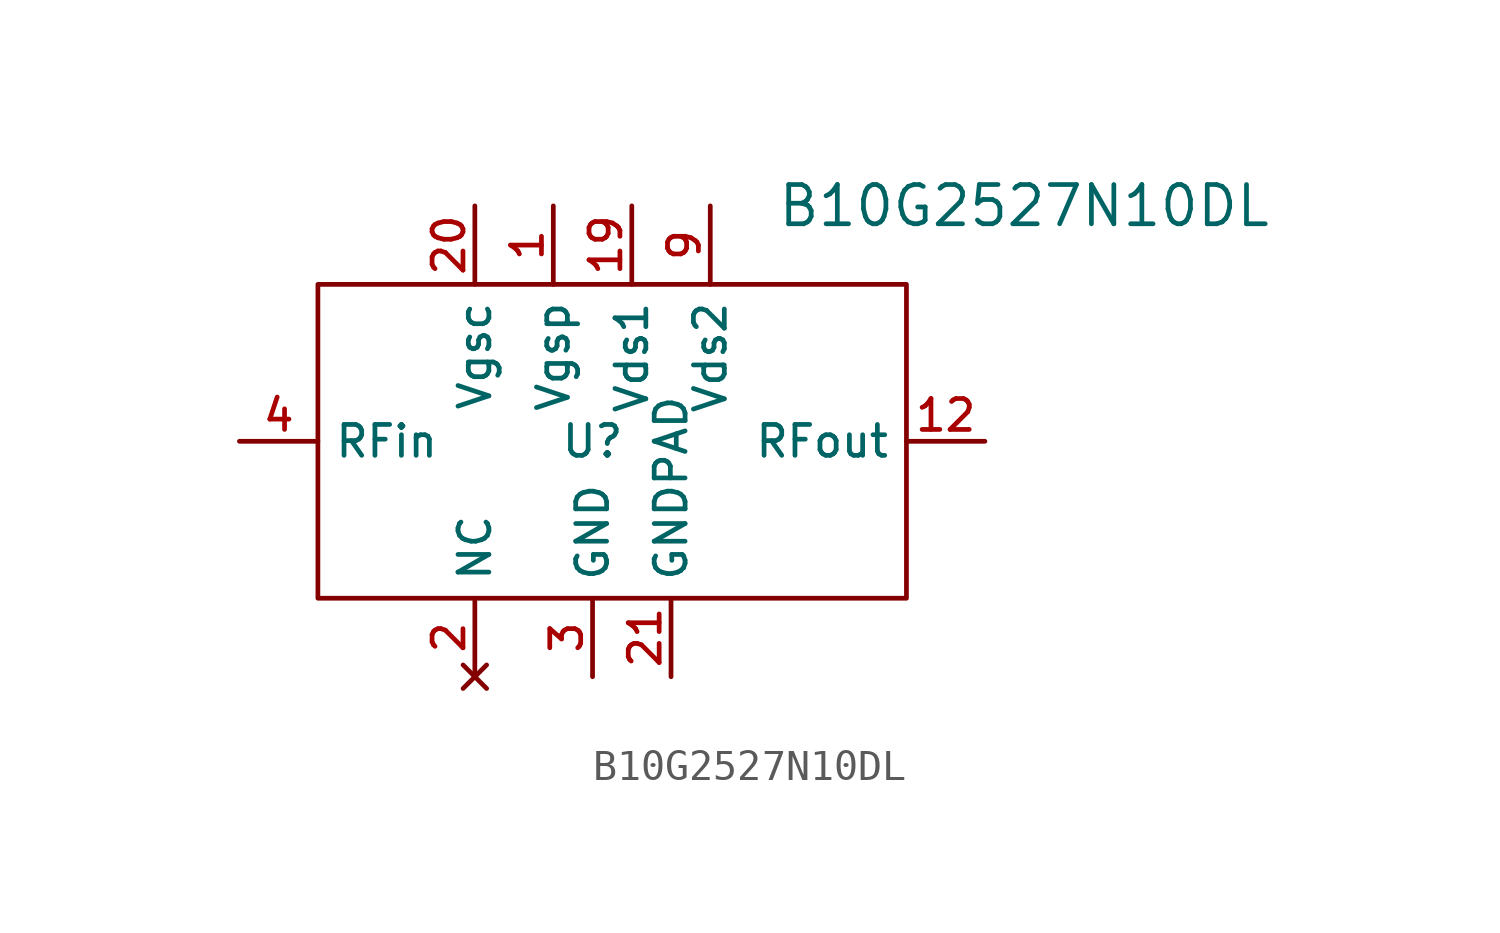
<source format=kicad_sym>
(kicad_symbol_lib
  (version 20241209)
  (generator "kicad_symbol_editor")
  (generator_version "9.0")
  (symbol "B10G2527N10DL"
    (property "Reference" "U"
      (at 0 0 0)
      (effects (font (size 1 1))))
    (property "Value" "B10G2527N10DL"
      (at 13.97 7.62 0)
      (effects (font (size 1.27 1.27))))
    (symbol "B10G2527N10DL_0_1"
      (rectangle (start -8.89 5.08) (end 10.16 -5.08) (stroke (width 0) (type default)) (fill (type none))))
    (symbol "B10G2527N10DL_1_1"
      (pin input line (at -11.43 0 0) (length 2.54) (name "RFin" (effects (font (size 1 1)))) (number "4" (effects (font (size 1 1)))))
      (pin input line (at -3.81 7.62 270) (length 2.54) (name "Vgsc" (effects (font (size 1 1)))) (number "20" (effects (font (size 1 1)))))
      (pin no_connect line (at -3.81 -7.62 90) (length 2.54) (hide yes) (name "NC" (effects (font (size 1 1)))) (number "14" (effects (font (size 1 1)))))
      (pin no_connect line (at -3.81 -7.62 90) (length 2.54) (hide yes) (name "NC" (effects (font (size 1 1)))) (number "15" (effects (font (size 1 1)))))
      (pin no_connect line (at -3.81 -7.62 90) (length 2.54) (hide yes) (name "NC" (effects (font (size 1 1)))) (number "17" (effects (font (size 1 1)))))
      (pin no_connect line (at -3.81 -7.62 90) (length 2.54) (name "NC" (effects (font (size 1 1)))) (number "2" (effects (font (size 1 1)))))
      (pin no_connect line (at -3.81 -7.62 90) (length 2.54) (hide yes) (name "NC" (effects (font (size 1 1)))) (number "8" (effects (font (size 1 1)))))
      (pin input line (at -1.27 7.62 270) (length 2.54) (name "Vgsp" (effects (font (size 1 1)))) (number "1" (effects (font (size 1 1)))))
      (pin power_in line (at 0 -7.62 90) (length 2.54) (hide yes) (name "GND" (effects (font (size 1 1)))) (number "10" (effects (font (size 1 1)))))
      (pin power_in line (at 0 -7.62 90) (length 2.54) (hide yes) (name "GND" (effects (font (size 1 1)))) (number "11" (effects (font (size 1 1)))))
      (pin power_in line (at 0 -7.62 90) (length 2.54) (hide yes) (name "GND" (effects (font (size 1 1)))) (number "13" (effects (font (size 1 1)))))
      (pin power_in line (at 0 -7.62 90) (length 2.54) (hide yes) (name "GND" (effects (font (size 1 1)))) (number "16" (effects (font (size 1 1)))))
      (pin power_in line (at 0 -7.62 90) (length 2.54) (hide yes) (name "GND" (effects (font (size 1 1)))) (number "18" (effects (font (size 1 1)))))
      (pin power_in line (at 0 -7.62 90) (length 2.54) (name "GND" (effects (font (size 1 1)))) (number "3" (effects (font (size 1 1)))))
      (pin power_in line (at 0 -7.62 90) (length 2.54) (hide yes) (name "GND" (effects (font (size 1 1)))) (number "5" (effects (font (size 1 1)))))
      (pin power_in line (at 0 -7.62 90) (length 2.54) (hide yes) (name "GND" (effects (font (size 1 1)))) (number "6" (effects (font (size 1 1)))))
      (pin input line (at 1.27 7.62 270) (length 2.54) (name "Vds1" (effects (font (size 1 1)))) (number "19" (effects (font (size 1 1)))))
      (pin input line (at 1.27 7.62 270) (length 2.54) (hide yes) (name "Vds1" (effects (font (size 1 1)))) (number "7" (effects (font (size 1 1)))))
      (pin power_in line (at 2.54 -7.62 90) (length 2.54) (name "GNDPAD" (effects (font (size 1 1)))) (number "21" (effects (font (size 1 1)))))
      (pin input line (at 3.81 7.62 270) (length 2.54) (name "Vds2" (effects (font (size 1 1)))) (number "9" (effects (font (size 1 1)))))
      (pin output line (at 12.7 0 180) (length 2.54) (name "RFout" (effects (font (size 1 1)))) (number "12" (effects (font (size 1 1))))))))
</source>
